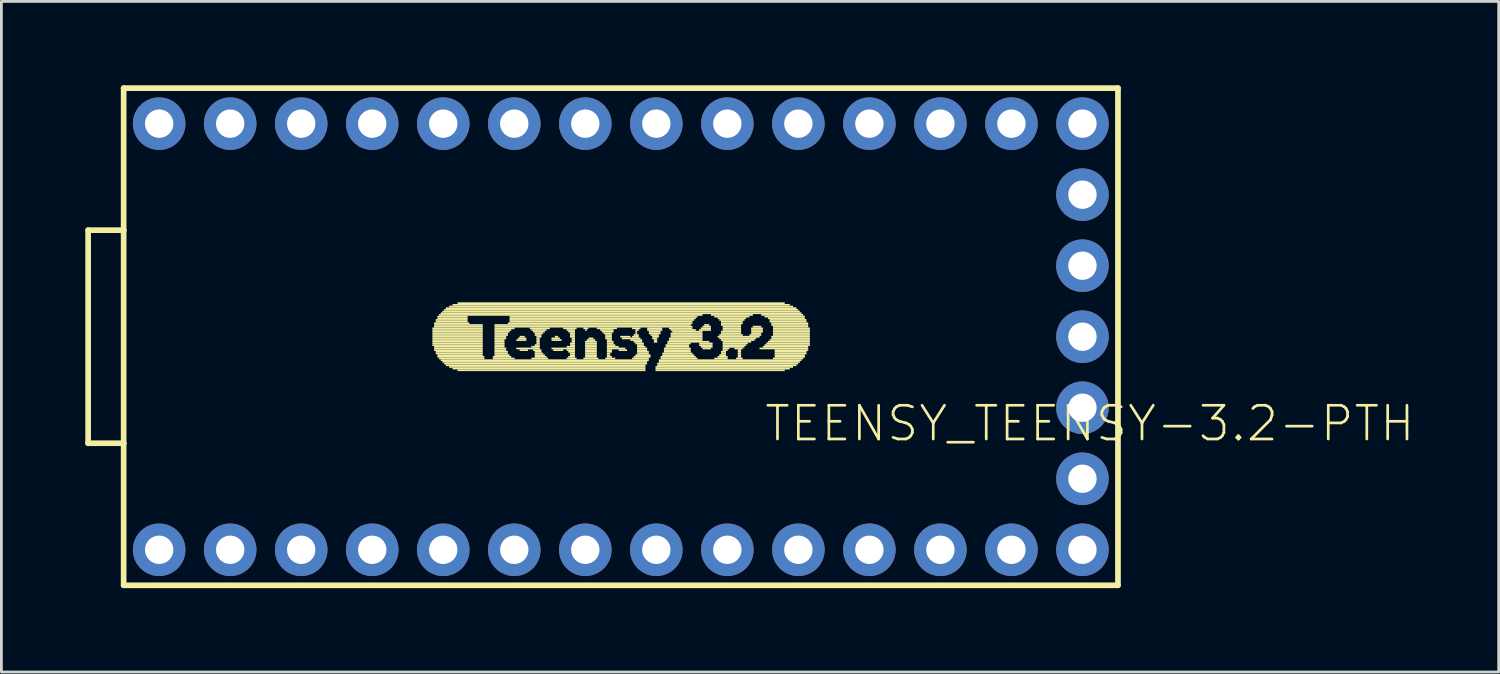
<source format=kicad_pcb>
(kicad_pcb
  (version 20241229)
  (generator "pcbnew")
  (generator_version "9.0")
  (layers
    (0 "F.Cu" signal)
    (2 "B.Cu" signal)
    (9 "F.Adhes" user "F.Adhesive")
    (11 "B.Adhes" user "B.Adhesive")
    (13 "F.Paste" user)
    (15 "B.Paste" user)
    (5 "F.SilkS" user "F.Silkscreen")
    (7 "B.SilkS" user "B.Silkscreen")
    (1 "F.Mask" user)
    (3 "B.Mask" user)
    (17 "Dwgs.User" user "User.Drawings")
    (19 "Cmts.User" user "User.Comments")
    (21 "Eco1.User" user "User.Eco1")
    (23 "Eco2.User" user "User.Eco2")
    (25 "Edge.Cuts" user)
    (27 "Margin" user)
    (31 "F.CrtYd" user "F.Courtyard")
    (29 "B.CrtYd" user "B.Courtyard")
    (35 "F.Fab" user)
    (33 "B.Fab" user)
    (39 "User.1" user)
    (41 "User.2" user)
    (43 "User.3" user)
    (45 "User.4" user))
  (footprint "TEENSY_TEENSY-3.2-PTH"
    (layer "F.Cu")
    (at 19.152 8.992)
    (property "Reference" "TEENSY_TEENSY-3.2-PTH" (at 5.08 3.81 0) (layer "F.SilkS") (effects (font (size 1.206 1.206) (thickness 0.097)) (justify left bottom)))
    (attr through_hole)
    (fp_line (start -19.05 -3.81) (end -19.05 3.81) (stroke (width 0.203) (type solid)) (layer "F.SilkS"))
    (fp_line (start -19.05 -3.81) (end -17.78 -3.81) (stroke (width 0.203) (type solid)) (layer "F.SilkS"))
    (fp_line (start -19.05 3.81) (end -17.78 3.81) (stroke (width 0.203) (type solid)) (layer "F.SilkS"))
    (fp_line (start -17.78 -8.89) (end 17.78 -8.89) (stroke (width 0.203) (type solid)) (layer "F.SilkS"))
    (fp_line (start -17.78 -3.81) (end -17.78 -8.89) (stroke (width 0.203) (type solid)) (layer "F.SilkS"))
    (fp_line (start -17.78 -3.81) (end -17.78 3.81) (stroke (width 0.203) (type solid)) (layer "F.SilkS"))
    (fp_line (start -17.78 8.89) (end -17.78 3.81) (stroke (width 0.203) (type solid)) (layer "F.SilkS"))
    (fp_line (start 17.78 -8.89) (end 17.78 8.89) (stroke (width 0.203) (type solid)) (layer "F.SilkS"))
    (fp_line (start 17.78 8.89) (end -17.78 8.89) (stroke (width 0.203) (type solid)) (layer "F.SilkS"))
    (fp_poly (pts (xy -6.738 -0.27) (xy -4.938 -0.27) (xy -4.938 -0.33) (xy -6.738 -0.33)) (stroke (width 0) (type solid)) (fill yes) (layer "F.SilkS"))
    (fp_poly (pts (xy -6.738 -0.21) (xy -4.938 -0.21) (xy -4.938 -0.27) (xy -6.738 -0.27)) (stroke (width 0) (type solid)) (fill yes) (layer "F.SilkS"))
    (fp_poly (pts (xy -6.738 -0.15) (xy -4.938 -0.15) (xy -4.938 -0.21) (xy -6.738 -0.21)) (stroke (width 0) (type solid)) (fill yes) (layer "F.SilkS"))
    (fp_poly (pts (xy -6.738 -0.09) (xy -4.938 -0.09) (xy -4.938 -0.15) (xy -6.738 -0.15)) (stroke (width 0) (type solid)) (fill yes) (layer "F.SilkS"))
    (fp_poly (pts (xy -6.738 -0.03) (xy -4.938 -0.03) (xy -4.938 -0.09) (xy -6.738 -0.09)) (stroke (width 0) (type solid)) (fill yes) (layer "F.SilkS"))
    (fp_poly (pts (xy -6.738 0.03) (xy -4.938 0.03) (xy -4.938 -0.03) (xy -6.738 -0.03)) (stroke (width 0) (type solid)) (fill yes) (layer "F.SilkS"))
    (fp_poly (pts (xy -6.738 0.09) (xy -4.938 0.09) (xy -4.938 0.03) (xy -6.738 0.03)) (stroke (width 0) (type solid)) (fill yes) (layer "F.SilkS"))
    (fp_poly (pts (xy -6.738 0.15) (xy -4.938 0.15) (xy -4.938 0.09) (xy -6.738 0.09)) (stroke (width 0) (type solid)) (fill yes) (layer "F.SilkS"))
    (fp_poly (pts (xy -6.738 0.21) (xy -4.938 0.21) (xy -4.938 0.15) (xy -6.738 0.15)) (stroke (width 0) (type solid)) (fill yes) (layer "F.SilkS"))
    (fp_poly (pts (xy -6.738 0.27) (xy -4.938 0.27) (xy -4.938 0.21) (xy -6.738 0.21)) (stroke (width 0) (type solid)) (fill yes) (layer "F.SilkS"))
    (fp_poly (pts (xy -6.738 0.33) (xy -4.938 0.33) (xy -4.938 0.27) (xy -6.738 0.27)) (stroke (width 0) (type solid)) (fill yes) (layer "F.SilkS"))
    (fp_poly (pts (xy -6.678 -0.45) (xy -5.418 -0.45) (xy -5.418 -0.51) (xy -6.678 -0.51)) (stroke (width 0) (type solid)) (fill yes) (layer "F.SilkS"))
    (fp_poly (pts (xy -6.678 -0.39) (xy -4.938 -0.39) (xy -4.938 -0.45) (xy -6.678 -0.45)) (stroke (width 0) (type solid)) (fill yes) (layer "F.SilkS"))
    (fp_poly (pts (xy -6.678 -0.33) (xy -4.938 -0.33) (xy -4.938 -0.39) (xy -6.678 -0.39)) (stroke (width 0) (type solid)) (fill yes) (layer "F.SilkS"))
    (fp_poly (pts (xy -6.678 0.39) (xy -4.938 0.39) (xy -4.938 0.33) (xy -6.678 0.33)) (stroke (width 0) (type solid)) (fill yes) (layer "F.SilkS"))
    (fp_poly (pts (xy -6.678 0.45) (xy -4.938 0.45) (xy -4.938 0.39) (xy -6.678 0.39)) (stroke (width 0) (type solid)) (fill yes) (layer "F.SilkS"))
    (fp_poly (pts (xy -6.678 0.51) (xy -4.938 0.51) (xy -4.938 0.45) (xy -6.678 0.45)) (stroke (width 0) (type solid)) (fill yes) (layer "F.SilkS"))
    (fp_poly (pts (xy -6.618 -0.57) (xy -5.478 -0.57) (xy -5.478 -0.63) (xy -6.618 -0.63)) (stroke (width 0) (type solid)) (fill yes) (layer "F.SilkS"))
    (fp_poly (pts (xy -6.618 -0.51) (xy -5.478 -0.51) (xy -5.478 -0.57) (xy -6.618 -0.57)) (stroke (width 0) (type solid)) (fill yes) (layer "F.SilkS"))
    (fp_poly (pts (xy -6.618 0.57) (xy -4.938 0.57) (xy -4.938 0.51) (xy -6.618 0.51)) (stroke (width 0) (type solid)) (fill yes) (layer "F.SilkS"))
    (fp_poly (pts (xy -6.618 0.63) (xy -4.938 0.63) (xy -4.938 0.57) (xy -6.618 0.57)) (stroke (width 0) (type solid)) (fill yes) (layer "F.SilkS"))
    (fp_poly (pts (xy -6.558 -0.69) (xy -5.478 -0.69) (xy -5.478 -0.75) (xy -6.558 -0.75)) (stroke (width 0) (type solid)) (fill yes) (layer "F.SilkS"))
    (fp_poly (pts (xy -6.558 -0.63) (xy -5.478 -0.63) (xy -5.478 -0.69) (xy -6.558 -0.69)) (stroke (width 0) (type solid)) (fill yes) (layer "F.SilkS"))
    (fp_poly (pts (xy -6.558 0.69) (xy -4.938 0.69) (xy -4.938 0.63) (xy -6.558 0.63)) (stroke (width 0) (type solid)) (fill yes) (layer "F.SilkS"))
    (fp_poly (pts (xy -6.558 0.75) (xy -4.878 0.75) (xy -4.878 0.69) (xy -6.558 0.69)) (stroke (width 0) (type solid)) (fill yes) (layer "F.SilkS"))
    (fp_poly (pts (xy -6.498 -0.75) (xy 2.922 -0.75) (xy 2.922 -0.81) (xy -6.498 -0.81)) (stroke (width 0) (type solid)) (fill yes) (layer "F.SilkS"))
    (fp_poly (pts (xy -6.498 0.81) (xy -4.878 0.81) (xy -4.878 0.75) (xy -6.498 0.75)) (stroke (width 0) (type solid)) (fill yes) (layer "F.SilkS"))
    (fp_poly (pts (xy -6.438 -0.81) (xy 6.462 -0.81) (xy 6.462 -0.87) (xy -6.438 -0.87)) (stroke (width 0) (type solid)) (fill yes) (layer "F.SilkS"))
    (fp_poly (pts (xy -6.438 0.87) (xy 1.002 0.87) (xy 1.002 0.81) (xy -6.438 0.81)) (stroke (width 0) (type solid)) (fill yes) (layer "F.SilkS"))
    (fp_poly (pts (xy -6.378 -0.87) (xy 6.402 -0.87) (xy 6.402 -0.93) (xy -6.378 -0.93)) (stroke (width 0) (type solid)) (fill yes) (layer "F.SilkS"))
    (fp_poly (pts (xy -6.378 0.93) (xy 0.942 0.93) (xy 0.942 0.87) (xy -6.378 0.87)) (stroke (width 0) (type solid)) (fill yes) (layer "F.SilkS"))
    (fp_poly (pts (xy -6.318 -0.93) (xy 6.342 -0.93) (xy 6.342 -0.99) (xy -6.318 -0.99)) (stroke (width 0) (type solid)) (fill yes) (layer "F.SilkS"))
    (fp_poly (pts (xy -6.318 0.99) (xy 0.942 0.99) (xy 0.942 0.93) (xy -6.318 0.93)) (stroke (width 0) (type solid)) (fill yes) (layer "F.SilkS"))
    (fp_poly (pts (xy -6.258 -0.99) (xy 6.282 -0.99) (xy 6.282 -1.05) (xy -6.258 -1.05)) (stroke (width 0) (type solid)) (fill yes) (layer "F.SilkS"))
    (fp_poly (pts (xy -6.258 1.05) (xy 0.882 1.05) (xy 0.882 0.99) (xy -6.258 0.99)) (stroke (width 0) (type solid)) (fill yes) (layer "F.SilkS"))
    (fp_poly (pts (xy -6.138 -1.05) (xy 6.162 -1.05) (xy 6.162 -1.11) (xy -6.138 -1.11)) (stroke (width 0) (type solid)) (fill yes) (layer "F.SilkS"))
    (fp_poly (pts (xy -6.138 1.11) (xy 0.882 1.11) (xy 0.882 1.05) (xy -6.138 1.05)) (stroke (width 0) (type solid)) (fill yes) (layer "F.SilkS"))
    (fp_poly (pts (xy -6.018 -1.11) (xy 6.042 -1.11) (xy 6.042 -1.17) (xy -6.018 -1.17)) (stroke (width 0) (type solid)) (fill yes) (layer "F.SilkS"))
    (fp_poly (pts (xy -6.018 1.17) (xy 0.882 1.17) (xy 0.882 1.11) (xy -6.018 1.11)) (stroke (width 0) (type solid)) (fill yes) (layer "F.SilkS"))
    (fp_poly (pts (xy -5.838 -1.17) (xy 5.862 -1.17) (xy 5.862 -1.23) (xy -5.838 -1.23)) (stroke (width 0) (type solid)) (fill yes) (layer "F.SilkS"))
    (fp_poly (pts (xy -5.838 1.23) (xy 0.882 1.23) (xy 0.882 1.17) (xy -5.838 1.17)) (stroke (width 0) (type solid)) (fill yes) (layer "F.SilkS"))
    (fp_poly (pts (xy -4.578 0.75) (xy -3.918 0.75) (xy -3.918 0.69) (xy -4.578 0.69)) (stroke (width 0) (type solid)) (fill yes) (layer "F.SilkS"))
    (fp_poly (pts (xy -4.578 0.81) (xy -3.798 0.81) (xy -3.798 0.75) (xy -4.578 0.75)) (stroke (width 0) (type solid)) (fill yes) (layer "F.SilkS"))
    (fp_poly (pts (xy -4.518 -0.39) (xy 2.502 -0.39) (xy 2.502 -0.45) (xy -4.518 -0.45)) (stroke (width 0) (type solid)) (fill yes) (layer "F.SilkS"))
    (fp_poly (pts (xy -4.518 -0.33) (xy 2.562 -0.33) (xy 2.562 -0.39) (xy -4.518 -0.39)) (stroke (width 0) (type solid)) (fill yes) (layer "F.SilkS"))
    (fp_poly (pts (xy -4.518 -0.27) (xy -3.798 -0.27) (xy -3.798 -0.33) (xy -4.518 -0.33)) (stroke (width 0) (type solid)) (fill yes) (layer "F.SilkS"))
    (fp_poly (pts (xy -4.518 -0.21) (xy -3.918 -0.21) (xy -3.918 -0.27) (xy -4.518 -0.27)) (stroke (width 0) (type solid)) (fill yes) (layer "F.SilkS"))
    (fp_poly (pts (xy -4.518 -0.15) (xy -3.978 -0.15) (xy -3.978 -0.21) (xy -4.518 -0.21)) (stroke (width 0) (type solid)) (fill yes) (layer "F.SilkS"))
    (fp_poly (pts (xy -4.518 -0.09) (xy -4.038 -0.09) (xy -4.038 -0.15) (xy -4.518 -0.15)) (stroke (width 0) (type solid)) (fill yes) (layer "F.SilkS"))
    (fp_poly (pts (xy -4.518 -0.03) (xy -4.038 -0.03) (xy -4.038 -0.09) (xy -4.518 -0.09)) (stroke (width 0) (type solid)) (fill yes) (layer "F.SilkS"))
    (fp_poly (pts (xy -4.518 0.03) (xy -4.098 0.03) (xy -4.098 -0.03) (xy -4.518 -0.03)) (stroke (width 0) (type solid)) (fill yes) (layer "F.SilkS"))
    (fp_poly (pts (xy -4.518 0.09) (xy -4.098 0.09) (xy -4.098 0.03) (xy -4.518 0.03)) (stroke (width 0) (type solid)) (fill yes) (layer "F.SilkS"))
    (fp_poly (pts (xy -4.518 0.15) (xy -4.158 0.15) (xy -4.158 0.09) (xy -4.518 0.09)) (stroke (width 0) (type solid)) (fill yes) (layer "F.SilkS"))
    (fp_poly (pts (xy -4.518 0.21) (xy -4.158 0.21) (xy -4.158 0.15) (xy -4.518 0.15)) (stroke (width 0) (type solid)) (fill yes) (layer "F.SilkS"))
    (fp_poly (pts (xy -4.518 0.27) (xy -4.158 0.27) (xy -4.158 0.21) (xy -4.518 0.21)) (stroke (width 0) (type solid)) (fill yes) (layer "F.SilkS"))
    (fp_poly (pts (xy -4.518 0.33) (xy -4.158 0.33) (xy -4.158 0.27) (xy -4.518 0.27)) (stroke (width 0) (type solid)) (fill yes) (layer "F.SilkS"))
    (fp_poly (pts (xy -4.518 0.39) (xy -4.158 0.39) (xy -4.158 0.33) (xy -4.518 0.33)) (stroke (width 0) (type solid)) (fill yes) (layer "F.SilkS"))
    (fp_poly (pts (xy -4.518 0.45) (xy -4.098 0.45) (xy -4.098 0.39) (xy -4.518 0.39)) (stroke (width 0) (type solid)) (fill yes) (layer "F.SilkS"))
    (fp_poly (pts (xy -4.518 0.51) (xy -4.098 0.51) (xy -4.098 0.45) (xy -4.518 0.45)) (stroke (width 0) (type solid)) (fill yes) (layer "F.SilkS"))
    (fp_poly (pts (xy -4.518 0.57) (xy -4.038 0.57) (xy -4.038 0.51) (xy -4.518 0.51)) (stroke (width 0) (type solid)) (fill yes) (layer "F.SilkS"))
    (fp_poly (pts (xy -4.518 0.63) (xy -4.038 0.63) (xy -4.038 0.57) (xy -4.518 0.57)) (stroke (width 0) (type solid)) (fill yes) (layer "F.SilkS"))
    (fp_poly (pts (xy -4.518 0.69) (xy -3.978 0.69) (xy -3.978 0.63) (xy -4.518 0.63)) (stroke (width 0) (type solid)) (fill yes) (layer "F.SilkS"))
    (fp_poly (pts (xy -4.038 -0.45) (xy 2.562 -0.45) (xy 2.562 -0.51) (xy -4.038 -0.51)) (stroke (width 0) (type solid)) (fill yes) (layer "F.SilkS"))
    (fp_poly (pts (xy -3.978 -0.69) (xy 2.742 -0.69) (xy 2.742 -0.75) (xy -3.978 -0.75)) (stroke (width 0) (type solid)) (fill yes) (layer "F.SilkS"))
    (fp_poly (pts (xy -3.978 -0.63) (xy 2.682 -0.63) (xy 2.682 -0.69) (xy -3.978 -0.69)) (stroke (width 0) (type solid)) (fill yes) (layer "F.SilkS"))
    (fp_poly (pts (xy -3.978 -0.57) (xy 2.622 -0.57) (xy 2.622 -0.63) (xy -3.978 -0.63)) (stroke (width 0) (type solid)) (fill yes) (layer "F.SilkS"))
    (fp_poly (pts (xy -3.978 -0.51) (xy 2.562 -0.51) (xy 2.562 -0.57) (xy -3.978 -0.57)) (stroke (width 0) (type solid)) (fill yes) (layer "F.SilkS"))
    (fp_poly (pts (xy -3.738 0.15) (xy -3.378 0.15) (xy -3.378 0.09) (xy -3.738 0.09)) (stroke (width 0) (type solid)) (fill yes) (layer "F.SilkS"))
    (fp_poly (pts (xy -3.738 0.45) (xy -2.898 0.45) (xy -2.898 0.39) (xy -3.738 0.39)) (stroke (width 0) (type solid)) (fill yes) (layer "F.SilkS"))
    (fp_poly (pts (xy -3.678 0.09) (xy -3.378 0.09) (xy -3.378 0.03) (xy -3.678 0.03)) (stroke (width 0) (type solid)) (fill yes) (layer "F.SilkS"))
    (fp_poly (pts (xy -3.618 0.03) (xy -3.438 0.03) (xy -3.438 -0.03) (xy -3.618 -0.03)) (stroke (width 0) (type solid)) (fill yes) (layer "F.SilkS"))
    (fp_poly (pts (xy -3.618 0.51) (xy -3.318 0.51) (xy -3.318 0.45) (xy -3.618 0.45)) (stroke (width 0) (type solid)) (fill yes) (layer "F.SilkS"))
    (fp_poly (pts (xy -3.258 -0.27) (xy -2.538 -0.27) (xy -2.538 -0.33) (xy -3.258 -0.33)) (stroke (width 0) (type solid)) (fill yes) (layer "F.SilkS"))
    (fp_poly (pts (xy -3.198 -0.21) (xy -2.658 -0.21) (xy -2.658 -0.27) (xy -3.198 -0.27)) (stroke (width 0) (type solid)) (fill yes) (layer "F.SilkS"))
    (fp_poly (pts (xy -3.198 0.39) (xy -2.898 0.39) (xy -2.898 0.33) (xy -3.198 0.33)) (stroke (width 0) (type solid)) (fill yes) (layer "F.SilkS"))
    (fp_poly (pts (xy -3.198 0.81) (xy -2.598 0.81) (xy -2.598 0.75) (xy -3.198 0.75)) (stroke (width 0) (type solid)) (fill yes) (layer "F.SilkS"))
    (fp_poly (pts (xy -3.138 -0.15) (xy -2.718 -0.15) (xy -2.718 -0.21) (xy -3.138 -0.21)) (stroke (width 0) (type solid)) (fill yes) (layer "F.SilkS"))
    (fp_poly (pts (xy -3.138 0.51) (xy -2.838 0.51) (xy -2.838 0.45) (xy -3.138 0.45)) (stroke (width 0) (type solid)) (fill yes) (layer "F.SilkS"))
    (fp_poly (pts (xy -3.078 -0.09) (xy -2.778 -0.09) (xy -2.778 -0.15) (xy -3.078 -0.15)) (stroke (width 0) (type solid)) (fill yes) (layer "F.SilkS"))
    (fp_poly (pts (xy -3.078 -0.03) (xy -2.838 -0.03) (xy -2.838 -0.09) (xy -3.078 -0.09)) (stroke (width 0) (type solid)) (fill yes) (layer "F.SilkS"))
    (fp_poly (pts (xy -3.078 0.33) (xy -2.898 0.33) (xy -2.898 0.27) (xy -3.078 0.27)) (stroke (width 0) (type solid)) (fill yes) (layer "F.SilkS"))
    (fp_poly (pts (xy -3.078 0.57) (xy -2.838 0.57) (xy -2.838 0.51) (xy -3.078 0.51)) (stroke (width 0) (type solid)) (fill yes) (layer "F.SilkS"))
    (fp_poly (pts (xy -3.078 0.63) (xy -2.778 0.63) (xy -2.778 0.57) (xy -3.078 0.57)) (stroke (width 0) (type solid)) (fill yes) (layer "F.SilkS"))
    (fp_poly (pts (xy -3.078 0.69) (xy -2.718 0.69) (xy -2.718 0.63) (xy -3.078 0.63)) (stroke (width 0) (type solid)) (fill yes) (layer "F.SilkS"))
    (fp_poly (pts (xy -3.078 0.75) (xy -2.658 0.75) (xy -2.658 0.69) (xy -3.078 0.69)) (stroke (width 0) (type solid)) (fill yes) (layer "F.SilkS"))
    (fp_poly (pts (xy -3.018 0.03) (xy -2.838 0.03) (xy -2.838 -0.03) (xy -3.018 -0.03)) (stroke (width 0) (type solid)) (fill yes) (layer "F.SilkS"))
    (fp_poly (pts (xy -3.018 0.09) (xy -2.898 0.09) (xy -2.898 0.03) (xy -3.018 0.03)) (stroke (width 0) (type solid)) (fill yes) (layer "F.SilkS"))
    (fp_poly (pts (xy -3.018 0.15) (xy -2.898 0.15) (xy -2.898 0.09) (xy -3.018 0.09)) (stroke (width 0) (type solid)) (fill yes) (layer "F.SilkS"))
    (fp_poly (pts (xy -3.018 0.21) (xy -2.898 0.21) (xy -2.898 0.15) (xy -3.018 0.15)) (stroke (width 0) (type solid)) (fill yes) (layer "F.SilkS"))
    (fp_poly (pts (xy -3.018 0.27) (xy -2.898 0.27) (xy -2.898 0.21) (xy -3.018 0.21)) (stroke (width 0) (type solid)) (fill yes) (layer "F.SilkS"))
    (fp_poly (pts (xy -2.478 0.09) (xy -2.178 0.09) (xy -2.178 0.03) (xy -2.478 0.03)) (stroke (width 0) (type solid)) (fill yes) (layer "F.SilkS"))
    (fp_poly (pts (xy -2.478 0.15) (xy -2.118 0.15) (xy -2.118 0.09) (xy -2.478 0.09)) (stroke (width 0) (type solid)) (fill yes) (layer "F.SilkS"))
    (fp_poly (pts (xy -2.478 0.45) (xy -1.638 0.45) (xy -1.638 0.39) (xy -2.478 0.39)) (stroke (width 0) (type solid)) (fill yes) (layer "F.SilkS"))
    (fp_poly (pts (xy -2.418 0.51) (xy -2.058 0.51) (xy -2.058 0.45) (xy -2.418 0.45)) (stroke (width 0) (type solid)) (fill yes) (layer "F.SilkS"))
    (fp_poly (pts (xy -2.358 0.03) (xy -2.238 0.03) (xy -2.238 -0.03) (xy -2.358 -0.03)) (stroke (width 0) (type solid)) (fill yes) (layer "F.SilkS"))
    (fp_poly (pts (xy -2.058 -0.27) (xy -1.578 -0.27) (xy -1.578 -0.33) (xy -2.058 -0.33)) (stroke (width 0) (type solid)) (fill yes) (layer "F.SilkS"))
    (fp_poly (pts (xy -1.938 -0.21) (xy -1.638 -0.21) (xy -1.638 -0.27) (xy -1.938 -0.27)) (stroke (width 0) (type solid)) (fill yes) (layer "F.SilkS"))
    (fp_poly (pts (xy -1.938 0.39) (xy -1.638 0.39) (xy -1.638 0.33) (xy -1.938 0.33)) (stroke (width 0) (type solid)) (fill yes) (layer "F.SilkS"))
    (fp_poly (pts (xy -1.938 0.51) (xy -1.638 0.51) (xy -1.638 0.45) (xy -1.938 0.45)) (stroke (width 0) (type solid)) (fill yes) (layer "F.SilkS"))
    (fp_poly (pts (xy -1.938 0.81) (xy -1.578 0.81) (xy -1.578 0.75) (xy -1.938 0.75)) (stroke (width 0) (type solid)) (fill yes) (layer "F.SilkS"))
    (fp_poly (pts (xy -1.878 -0.15) (xy -1.638 -0.15) (xy -1.638 -0.21) (xy -1.878 -0.21)) (stroke (width 0) (type solid)) (fill yes) (layer "F.SilkS"))
    (fp_poly (pts (xy -1.878 0.57) (xy -1.638 0.57) (xy -1.638 0.51) (xy -1.878 0.51)) (stroke (width 0) (type solid)) (fill yes) (layer "F.SilkS"))
    (fp_poly (pts (xy -1.878 0.75) (xy -1.638 0.75) (xy -1.638 0.69) (xy -1.878 0.69)) (stroke (width 0) (type solid)) (fill yes) (layer "F.SilkS"))
    (fp_poly (pts (xy -1.818 -0.09) (xy -1.638 -0.09) (xy -1.638 -0.15) (xy -1.818 -0.15)) (stroke (width 0) (type solid)) (fill yes) (layer "F.SilkS"))
    (fp_poly (pts (xy -1.818 -0.03) (xy -1.638 -0.03) (xy -1.638 -0.09) (xy -1.818 -0.09)) (stroke (width 0) (type solid)) (fill yes) (layer "F.SilkS"))
    (fp_poly (pts (xy -1.818 0.03) (xy -1.638 0.03) (xy -1.638 -0.03) (xy -1.818 -0.03)) (stroke (width 0) (type solid)) (fill yes) (layer "F.SilkS"))
    (fp_poly (pts (xy -1.818 0.27) (xy -1.638 0.27) (xy -1.638 0.21) (xy -1.818 0.21)) (stroke (width 0) (type solid)) (fill yes) (layer "F.SilkS"))
    (fp_poly (pts (xy -1.818 0.33) (xy -1.638 0.33) (xy -1.638 0.27) (xy -1.818 0.27)) (stroke (width 0) (type solid)) (fill yes) (layer "F.SilkS"))
    (fp_poly (pts (xy -1.818 0.63) (xy -1.638 0.63) (xy -1.638 0.57) (xy -1.818 0.57)) (stroke (width 0) (type solid)) (fill yes) (layer "F.SilkS"))
    (fp_poly (pts (xy -1.818 0.69) (xy -1.638 0.69) (xy -1.638 0.63) (xy -1.818 0.63)) (stroke (width 0) (type solid)) (fill yes) (layer "F.SilkS"))
    (fp_poly (pts (xy -1.758 0.09) (xy -1.638 0.09) (xy -1.638 0.03) (xy -1.758 0.03)) (stroke (width 0) (type solid)) (fill yes) (layer "F.SilkS"))
    (fp_poly (pts (xy -1.758 0.15) (xy -1.638 0.15) (xy -1.638 0.09) (xy -1.758 0.09)) (stroke (width 0) (type solid)) (fill yes) (layer "F.SilkS"))
    (fp_poly (pts (xy -1.758 0.21) (xy -1.638 0.21) (xy -1.638 0.15) (xy -1.758 0.15)) (stroke (width 0) (type solid)) (fill yes) (layer "F.SilkS"))
    (fp_poly (pts (xy -1.338 -0.27) (xy -1.158 -0.27) (xy -1.158 -0.33) (xy -1.338 -0.33)) (stroke (width 0) (type solid)) (fill yes) (layer "F.SilkS"))
    (fp_poly (pts (xy -1.338 0.81) (xy -0.798 0.81) (xy -0.798 0.75) (xy -1.338 0.75)) (stroke (width 0) (type solid)) (fill yes) (layer "F.SilkS"))
    (fp_poly (pts (xy -1.278 -0.21) (xy -1.218 -0.21) (xy -1.218 -0.27) (xy -1.278 -0.27)) (stroke (width 0) (type solid)) (fill yes) (layer "F.SilkS"))
    (fp_poly (pts (xy -1.278 0.21) (xy -0.858 0.21) (xy -0.858 0.15) (xy -1.278 0.15)) (stroke (width 0) (type solid)) (fill yes) (layer "F.SilkS"))
    (fp_poly (pts (xy -1.278 0.27) (xy -0.858 0.27) (xy -0.858 0.21) (xy -1.278 0.21)) (stroke (width 0) (type solid)) (fill yes) (layer "F.SilkS"))
    (fp_poly (pts (xy -1.278 0.33) (xy -0.858 0.33) (xy -0.858 0.27) (xy -1.278 0.27)) (stroke (width 0) (type solid)) (fill yes) (layer "F.SilkS"))
    (fp_poly (pts (xy -1.278 0.39) (xy -0.858 0.39) (xy -0.858 0.33) (xy -1.278 0.33)) (stroke (width 0) (type solid)) (fill yes) (layer "F.SilkS"))
    (fp_poly (pts (xy -1.278 0.45) (xy -0.858 0.45) (xy -0.858 0.39) (xy -1.278 0.39)) (stroke (width 0) (type solid)) (fill yes) (layer "F.SilkS"))
    (fp_poly (pts (xy -1.278 0.51) (xy -0.858 0.51) (xy -0.858 0.45) (xy -1.278 0.45)) (stroke (width 0) (type solid)) (fill yes) (layer "F.SilkS"))
    (fp_poly (pts (xy -1.278 0.57) (xy -0.858 0.57) (xy -0.858 0.51) (xy -1.278 0.51)) (stroke (width 0) (type solid)) (fill yes) (layer "F.SilkS"))
    (fp_poly (pts (xy -1.278 0.63) (xy -0.858 0.63) (xy -0.858 0.57) (xy -1.278 0.57)) (stroke (width 0) (type solid)) (fill yes) (layer "F.SilkS"))
    (fp_poly (pts (xy -1.278 0.69) (xy -0.858 0.69) (xy -0.858 0.63) (xy -1.278 0.63)) (stroke (width 0) (type solid)) (fill yes) (layer "F.SilkS"))
    (fp_poly (pts (xy -1.278 0.75) (xy -0.858 0.75) (xy -0.858 0.69) (xy -1.278 0.69)) (stroke (width 0) (type solid)) (fill yes) (layer "F.SilkS"))
    (fp_poly (pts (xy -1.218 0.15) (xy -0.918 0.15) (xy -0.918 0.09) (xy -1.218 0.09)) (stroke (width 0) (type solid)) (fill yes) (layer "F.SilkS"))
    (fp_poly (pts (xy -1.158 0.09) (xy -0.978 0.09) (xy -0.978 0.03) (xy -1.158 0.03)) (stroke (width 0) (type solid)) (fill yes) (layer "F.SilkS"))
    (fp_poly (pts (xy -0.858 -0.27) (xy -0.138 -0.27) (xy -0.138 -0.33) (xy -0.858 -0.33)) (stroke (width 0) (type solid)) (fill yes) (layer "F.SilkS"))
    (fp_poly (pts (xy -0.738 -0.21) (xy -0.258 -0.21) (xy -0.258 -0.27) (xy -0.738 -0.27)) (stroke (width 0) (type solid)) (fill yes) (layer "F.SilkS"))
    (fp_poly (pts (xy -0.678 -0.15) (xy -0.258 -0.15) (xy -0.258 -0.21) (xy -0.678 -0.21)) (stroke (width 0) (type solid)) (fill yes) (layer "F.SilkS"))
    (fp_poly (pts (xy -0.618 -0.09) (xy -0.318 -0.09) (xy -0.318 -0.15) (xy -0.618 -0.15)) (stroke (width 0) (type solid)) (fill yes) (layer "F.SilkS"))
    (fp_poly (pts (xy -0.558 -0.03) (xy -0.318 -0.03) (xy -0.318 -0.09) (xy -0.558 -0.09)) (stroke (width 0) (type solid)) (fill yes) (layer "F.SilkS"))
    (fp_poly (pts (xy -0.558 0.03) (xy -0.318 0.03) (xy -0.318 -0.03) (xy -0.558 -0.03)) (stroke (width 0) (type solid)) (fill yes) (layer "F.SilkS"))
    (fp_poly (pts (xy -0.558 0.09) (xy -0.318 0.09) (xy -0.318 0.03) (xy -0.558 0.03)) (stroke (width 0) (type solid)) (fill yes) (layer "F.SilkS"))
    (fp_poly (pts (xy -0.558 0.81) (xy -0.198 0.81) (xy -0.198 0.75) (xy -0.558 0.75)) (stroke (width 0) (type solid)) (fill yes) (layer "F.SilkS"))
    (fp_poly (pts (xy -0.498 0.15) (xy -0.318 0.15) (xy -0.318 0.09) (xy -0.498 0.09)) (stroke (width 0) (type solid)) (fill yes) (layer "F.SilkS"))
    (fp_poly (pts (xy -0.498 0.21) (xy -0.258 0.21) (xy -0.258 0.15) (xy -0.498 0.15)) (stroke (width 0) (type solid)) (fill yes) (layer "F.SilkS"))
    (fp_poly (pts (xy -0.498 0.27) (xy -0.258 0.27) (xy -0.258 0.21) (xy -0.498 0.21)) (stroke (width 0) (type solid)) (fill yes) (layer "F.SilkS"))
    (fp_poly (pts (xy -0.498 0.33) (xy -0.198 0.33) (xy -0.198 0.27) (xy -0.498 0.27)) (stroke (width 0) (type solid)) (fill yes) (layer "F.SilkS"))
    (fp_poly (pts (xy -0.498 0.39) (xy -0.078 0.39) (xy -0.078 0.33) (xy -0.498 0.33)) (stroke (width 0) (type solid)) (fill yes) (layer "F.SilkS"))
    (fp_poly (pts (xy -0.498 0.45) (xy 0.162 0.45) (xy 0.162 0.39) (xy -0.498 0.39)) (stroke (width 0) (type solid)) (fill yes) (layer "F.SilkS"))
    (fp_poly (pts (xy -0.498 0.51) (xy -0.318 0.51) (xy -0.318 0.45) (xy -0.498 0.45)) (stroke (width 0) (type solid)) (fill yes) (layer "F.SilkS"))
    (fp_poly (pts (xy -0.498 0.57) (xy -0.318 0.57) (xy -0.318 0.51) (xy -0.498 0.51)) (stroke (width 0) (type solid)) (fill yes) (layer "F.SilkS"))
    (fp_poly (pts (xy -0.498 0.63) (xy -0.378 0.63) (xy -0.378 0.57) (xy -0.498 0.57)) (stroke (width 0) (type solid)) (fill yes) (layer "F.SilkS"))
    (fp_poly (pts (xy -0.498 0.69) (xy -0.378 0.69) (xy -0.378 0.63) (xy -0.498 0.63)) (stroke (width 0) (type solid)) (fill yes) (layer "F.SilkS"))
    (fp_poly (pts (xy -0.498 0.75) (xy -0.318 0.75) (xy -0.318 0.69) (xy -0.498 0.69)) (stroke (width 0) (type solid)) (fill yes) (layer "F.SilkS"))
    (fp_poly (pts (xy -0.078 0.51) (xy 0.222 0.51) (xy 0.222 0.45) (xy -0.078 0.45)) (stroke (width 0) (type solid)) (fill yes) (layer "F.SilkS"))
    (fp_poly (pts (xy -0.018 0.03) (xy 0.342 0.03) (xy 0.342 -0.03) (xy -0.018 -0.03)) (stroke (width 0) (type solid)) (fill yes) (layer "F.SilkS"))
    (fp_poly (pts (xy 0.042 0.09) (xy 0.702 0.09) (xy 0.702 0.03) (xy 0.042 0.03)) (stroke (width 0) (type solid)) (fill yes) (layer "F.SilkS"))
    (fp_poly (pts (xy 0.342 0.15) (xy 0.762 0.15) (xy 0.762 0.09) (xy 0.342 0.09)) (stroke (width 0) (type solid)) (fill yes) (layer "F.SilkS"))
    (fp_poly (pts (xy 0.402 -0.27) (xy 0.702 -0.27) (xy 0.702 -0.33) (xy 0.402 -0.33)) (stroke (width 0) (type solid)) (fill yes) (layer "F.SilkS"))
    (fp_poly (pts (xy 0.402 0.03) (xy 0.642 0.03) (xy 0.642 -0.03) (xy 0.402 -0.03)) (stroke (width 0) (type solid)) (fill yes) (layer "F.SilkS"))
    (fp_poly (pts (xy 0.402 0.81) (xy 1.002 0.81) (xy 1.002 0.75) (xy 0.402 0.75)) (stroke (width 0) (type solid)) (fill yes) (layer "F.SilkS"))
    (fp_poly (pts (xy 0.462 -0.03) (xy 0.642 -0.03) (xy 0.642 -0.09) (xy 0.462 -0.09)) (stroke (width 0) (type solid)) (fill yes) (layer "F.SilkS"))
    (fp_poly (pts (xy 0.462 0.21) (xy 0.762 0.21) (xy 0.762 0.15) (xy 0.462 0.15)) (stroke (width 0) (type solid)) (fill yes) (layer "F.SilkS"))
    (fp_poly (pts (xy 0.462 0.75) (xy 1.062 0.75) (xy 1.062 0.69) (xy 0.462 0.69)) (stroke (width 0) (type solid)) (fill yes) (layer "F.SilkS"))
    (fp_poly (pts (xy 0.522 -0.21) (xy 0.642 -0.21) (xy 0.642 -0.27) (xy 0.522 -0.27)) (stroke (width 0) (type solid)) (fill yes) (layer "F.SilkS"))
    (fp_poly (pts (xy 0.522 -0.15) (xy 0.582 -0.15) (xy 0.582 -0.21) (xy 0.522 -0.21)) (stroke (width 0) (type solid)) (fill yes) (layer "F.SilkS"))
    (fp_poly (pts (xy 0.522 -0.09) (xy 0.582 -0.09) (xy 0.582 -0.15) (xy 0.522 -0.15)) (stroke (width 0) (type solid)) (fill yes) (layer "F.SilkS"))
    (fp_poly (pts (xy 0.522 0.27) (xy 0.822 0.27) (xy 0.822 0.21) (xy 0.522 0.21)) (stroke (width 0) (type solid)) (fill yes) (layer "F.SilkS"))
    (fp_poly (pts (xy 0.522 0.69) (xy 1.062 0.69) (xy 1.062 0.63) (xy 0.522 0.63)) (stroke (width 0) (type solid)) (fill yes) (layer "F.SilkS"))
    (fp_poly (pts (xy 0.582 0.33) (xy 0.822 0.33) (xy 0.822 0.27) (xy 0.582 0.27)) (stroke (width 0) (type solid)) (fill yes) (layer "F.SilkS"))
    (fp_poly (pts (xy 0.582 0.39) (xy 0.882 0.39) (xy 0.882 0.33) (xy 0.582 0.33)) (stroke (width 0) (type solid)) (fill yes) (layer "F.SilkS"))
    (fp_poly (pts (xy 0.582 0.45) (xy 0.942 0.45) (xy 0.942 0.39) (xy 0.582 0.39)) (stroke (width 0) (type solid)) (fill yes) (layer "F.SilkS"))
    (fp_poly (pts (xy 0.582 0.51) (xy 0.942 0.51) (xy 0.942 0.45) (xy 0.582 0.45)) (stroke (width 0) (type solid)) (fill yes) (layer "F.SilkS"))
    (fp_poly (pts (xy 0.582 0.57) (xy 1.002 0.57) (xy 1.002 0.51) (xy 0.582 0.51)) (stroke (width 0) (type solid)) (fill yes) (layer "F.SilkS"))
    (fp_poly (pts (xy 0.582 0.63) (xy 1.002 0.63) (xy 1.002 0.57) (xy 0.582 0.57)) (stroke (width 0) (type solid)) (fill yes) (layer "F.SilkS"))
    (fp_poly (pts (xy 0.942 -0.27) (xy 1.482 -0.27) (xy 1.482 -0.33) (xy 0.942 -0.33)) (stroke (width 0) (type solid)) (fill yes) (layer "F.SilkS"))
    (fp_poly (pts (xy 0.942 -0.21) (xy 1.482 -0.21) (xy 1.482 -0.27) (xy 0.942 -0.27)) (stroke (width 0) (type solid)) (fill yes) (layer "F.SilkS"))
    (fp_poly (pts (xy 1.002 -0.15) (xy 1.422 -0.15) (xy 1.422 -0.21) (xy 1.002 -0.21)) (stroke (width 0) (type solid)) (fill yes) (layer "F.SilkS"))
    (fp_poly (pts (xy 1.002 -0.09) (xy 1.422 -0.09) (xy 1.422 -0.15) (xy 1.002 -0.15)) (stroke (width 0) (type solid)) (fill yes) (layer "F.SilkS"))
    (fp_poly (pts (xy 1.062 -0.03) (xy 1.362 -0.03) (xy 1.362 -0.09) (xy 1.062 -0.09)) (stroke (width 0) (type solid)) (fill yes) (layer "F.SilkS"))
    (fp_poly (pts (xy 1.122 0.03) (xy 1.362 0.03) (xy 1.362 -0.03) (xy 1.122 -0.03)) (stroke (width 0) (type solid)) (fill yes) (layer "F.SilkS"))
    (fp_poly (pts (xy 1.122 0.09) (xy 1.302 0.09) (xy 1.302 0.03) (xy 1.122 0.03)) (stroke (width 0) (type solid)) (fill yes) (layer "F.SilkS"))
    (fp_poly (pts (xy 1.182 0.15) (xy 1.302 0.15) (xy 1.302 0.09) (xy 1.182 0.09)) (stroke (width 0) (type solid)) (fill yes) (layer "F.SilkS"))
    (fp_poly (pts (xy 1.182 0.21) (xy 1.302 0.21) (xy 1.302 0.15) (xy 1.182 0.15)) (stroke (width 0) (type solid)) (fill yes) (layer "F.SilkS"))
    (fp_poly (pts (xy 1.242 1.11) (xy 6.162 1.11) (xy 6.162 1.05) (xy 1.242 1.05)) (stroke (width 0) (type solid)) (fill yes) (layer "F.SilkS"))
    (fp_poly (pts (xy 1.242 1.17) (xy 6.042 1.17) (xy 6.042 1.11) (xy 1.242 1.11)) (stroke (width 0) (type solid)) (fill yes) (layer "F.SilkS"))
    (fp_poly (pts (xy 1.242 1.23) (xy 5.862 1.23) (xy 5.862 1.17) (xy 1.242 1.17)) (stroke (width 0) (type solid)) (fill yes) (layer "F.SilkS"))
    (fp_poly (pts (xy 1.302 0.99) (xy 6.342 0.99) (xy 6.342 0.93) (xy 1.302 0.93)) (stroke (width 0) (type solid)) (fill yes) (layer "F.SilkS"))
    (fp_poly (pts (xy 1.302 1.05) (xy 6.282 1.05) (xy 6.282 0.99) (xy 1.302 0.99)) (stroke (width 0) (type solid)) (fill yes) (layer "F.SilkS"))
    (fp_poly (pts (xy 1.362 0.87) (xy 6.462 0.87) (xy 6.462 0.81) (xy 1.362 0.81)) (stroke (width 0) (type solid)) (fill yes) (layer "F.SilkS"))
    (fp_poly (pts (xy 1.362 0.93) (xy 6.402 0.93) (xy 6.402 0.87) (xy 1.362 0.87)) (stroke (width 0) (type solid)) (fill yes) (layer "F.SilkS"))
    (fp_poly (pts (xy 1.422 0.75) (xy 2.682 0.75) (xy 2.682 0.69) (xy 1.422 0.69)) (stroke (width 0) (type solid)) (fill yes) (layer "F.SilkS"))
    (fp_poly (pts (xy 1.422 0.81) (xy 2.742 0.81) (xy 2.742 0.75) (xy 1.422 0.75)) (stroke (width 0) (type solid)) (fill yes) (layer "F.SilkS"))
    (fp_poly (pts (xy 1.482 0.63) (xy 2.562 0.63) (xy 2.562 0.57) (xy 1.482 0.57)) (stroke (width 0) (type solid)) (fill yes) (layer "F.SilkS"))
    (fp_poly (pts (xy 1.482 0.69) (xy 2.622 0.69) (xy 2.622 0.63) (xy 1.482 0.63)) (stroke (width 0) (type solid)) (fill yes) (layer "F.SilkS"))
    (fp_poly (pts (xy 1.542 0.45) (xy 2.502 0.45) (xy 2.502 0.39) (xy 1.542 0.39)) (stroke (width 0) (type solid)) (fill yes) (layer "F.SilkS"))
    (fp_poly (pts (xy 1.542 0.51) (xy 2.502 0.51) (xy 2.502 0.45) (xy 1.542 0.45)) (stroke (width 0) (type solid)) (fill yes) (layer "F.SilkS"))
    (fp_poly (pts (xy 1.542 0.57) (xy 2.502 0.57) (xy 2.502 0.51) (xy 1.542 0.51)) (stroke (width 0) (type solid)) (fill yes) (layer "F.SilkS"))
    (fp_poly (pts (xy 1.602 0.33) (xy 2.442 0.33) (xy 2.442 0.27) (xy 1.602 0.27)) (stroke (width 0) (type solid)) (fill yes) (layer "F.SilkS"))
    (fp_poly (pts (xy 1.602 0.39) (xy 2.442 0.39) (xy 2.442 0.33) (xy 1.602 0.33)) (stroke (width 0) (type solid)) (fill yes) (layer "F.SilkS"))
    (fp_poly (pts (xy 1.662 0.21) (xy 3.162 0.21) (xy 3.162 0.15) (xy 1.662 0.15)) (stroke (width 0) (type solid)) (fill yes) (layer "F.SilkS"))
    (fp_poly (pts (xy 1.662 0.27) (xy 2.502 0.27) (xy 2.502 0.21) (xy 1.662 0.21)) (stroke (width 0) (type solid)) (fill yes) (layer "F.SilkS"))
    (fp_poly (pts (xy 1.722 -0.27) (xy 2.562 -0.27) (xy 2.562 -0.33) (xy 1.722 -0.33)) (stroke (width 0) (type solid)) (fill yes) (layer "F.SilkS"))
    (fp_poly (pts (xy 1.722 0.09) (xy 2.922 0.09) (xy 2.922 0.03) (xy 1.722 0.03)) (stroke (width 0) (type solid)) (fill yes) (layer "F.SilkS"))
    (fp_poly (pts (xy 1.722 0.15) (xy 2.922 0.15) (xy 2.922 0.09) (xy 1.722 0.09)) (stroke (width 0) (type solid)) (fill yes) (layer "F.SilkS"))
    (fp_poly (pts (xy 1.782 -0.21) (xy 2.682 -0.21) (xy 2.682 -0.27) (xy 1.782 -0.27)) (stroke (width 0) (type solid)) (fill yes) (layer "F.SilkS"))
    (fp_poly (pts (xy 1.782 -0.09) (xy 2.922 -0.09) (xy 2.922 -0.15) (xy 1.782 -0.15)) (stroke (width 0) (type solid)) (fill yes) (layer "F.SilkS"))
    (fp_poly (pts (xy 1.782 -0.03) (xy 2.922 -0.03) (xy 2.922 -0.09) (xy 1.782 -0.09)) (stroke (width 0) (type solid)) (fill yes) (layer "F.SilkS"))
    (fp_poly (pts (xy 1.782 0.03) (xy 2.922 0.03) (xy 2.922 -0.03) (xy 1.782 -0.03)) (stroke (width 0) (type solid)) (fill yes) (layer "F.SilkS"))
    (fp_poly (pts (xy 1.842 -0.15) (xy 2.922 -0.15) (xy 2.922 -0.21) (xy 1.842 -0.21)) (stroke (width 0) (type solid)) (fill yes) (layer "F.SilkS"))
    (fp_poly (pts (xy 2.802 -0.21) (xy 3.222 -0.21) (xy 3.222 -0.27) (xy 2.802 -0.27)) (stroke (width 0) (type solid)) (fill yes) (layer "F.SilkS"))
    (fp_poly (pts (xy 2.802 0.27) (xy 3.282 0.27) (xy 3.282 0.21) (xy 2.802 0.21)) (stroke (width 0) (type solid)) (fill yes) (layer "F.SilkS"))
    (fp_poly (pts (xy 2.802 0.33) (xy 3.282 0.33) (xy 3.282 0.27) (xy 2.802 0.27)) (stroke (width 0) (type solid)) (fill yes) (layer "F.SilkS"))
    (fp_poly (pts (xy 2.862 -0.27) (xy 3.222 -0.27) (xy 3.222 -0.33) (xy 2.862 -0.33)) (stroke (width 0) (type solid)) (fill yes) (layer "F.SilkS"))
    (fp_poly (pts (xy 2.862 0.39) (xy 3.282 0.39) (xy 3.282 0.33) (xy 2.862 0.33)) (stroke (width 0) (type solid)) (fill yes) (layer "F.SilkS"))
    (fp_poly (pts (xy 2.922 -0.33) (xy 3.222 -0.33) (xy 3.222 -0.39) (xy 2.922 -0.39)) (stroke (width 0) (type solid)) (fill yes) (layer "F.SilkS"))
    (fp_poly (pts (xy 2.922 0.45) (xy 3.222 0.45) (xy 3.222 0.39) (xy 2.922 0.39)) (stroke (width 0) (type solid)) (fill yes) (layer "F.SilkS"))
    (fp_poly (pts (xy 2.982 -0.39) (xy 3.162 -0.39) (xy 3.162 -0.45) (xy 2.982 -0.45)) (stroke (width 0) (type solid)) (fill yes) (layer "F.SilkS"))
    (fp_poly (pts (xy 3.222 -0.75) (xy 4.722 -0.75) (xy 4.722 -0.81) (xy 3.222 -0.81)) (stroke (width 0) (type solid)) (fill yes) (layer "F.SilkS"))
    (fp_poly (pts (xy 3.342 -0.69) (xy 4.602 -0.69) (xy 4.602 -0.75) (xy 3.342 -0.75)) (stroke (width 0) (type solid)) (fill yes) (layer "F.SilkS"))
    (fp_poly (pts (xy 3.342 0.81) (xy 3.822 0.81) (xy 3.822 0.75) (xy 3.342 0.75)) (stroke (width 0) (type solid)) (fill yes) (layer "F.SilkS"))
    (fp_poly (pts (xy 3.462 -0.63) (xy 4.482 -0.63) (xy 4.482 -0.69) (xy 3.462 -0.69)) (stroke (width 0) (type solid)) (fill yes) (layer "F.SilkS"))
    (fp_poly (pts (xy 3.462 0.03) (xy 4.962 0.03) (xy 4.962 -0.03) (xy 3.462 -0.03)) (stroke (width 0) (type solid)) (fill yes) (layer "F.SilkS"))
    (fp_poly (pts (xy 3.462 0.75) (xy 3.822 0.75) (xy 3.822 0.69) (xy 3.462 0.69)) (stroke (width 0) (type solid)) (fill yes) (layer "F.SilkS"))
    (fp_poly (pts (xy 3.522 -0.57) (xy 4.422 -0.57) (xy 4.422 -0.63) (xy 3.522 -0.63)) (stroke (width 0) (type solid)) (fill yes) (layer "F.SilkS"))
    (fp_poly (pts (xy 3.522 -0.03) (xy 4.362 -0.03) (xy 4.362 -0.09) (xy 3.522 -0.09)) (stroke (width 0) (type solid)) (fill yes) (layer "F.SilkS"))
    (fp_poly (pts (xy 3.522 0.09) (xy 4.842 0.09) (xy 4.842 0.03) (xy 3.522 0.03)) (stroke (width 0) (type solid)) (fill yes) (layer "F.SilkS"))
    (fp_poly (pts (xy 3.522 0.69) (xy 3.762 0.69) (xy 3.762 0.63) (xy 3.522 0.63)) (stroke (width 0) (type solid)) (fill yes) (layer "F.SilkS"))
    (fp_poly (pts (xy 3.582 -0.51) (xy 4.362 -0.51) (xy 4.362 -0.57) (xy 3.582 -0.57)) (stroke (width 0) (type solid)) (fill yes) (layer "F.SilkS"))
    (fp_poly (pts (xy 3.582 -0.45) (xy 4.362 -0.45) (xy 4.362 -0.51) (xy 3.582 -0.51)) (stroke (width 0) (type solid)) (fill yes) (layer "F.SilkS"))
    (fp_poly (pts (xy 3.582 -0.39) (xy 4.302 -0.39) (xy 4.302 -0.45) (xy 3.582 -0.45)) (stroke (width 0) (type solid)) (fill yes) (layer "F.SilkS"))
    (fp_poly (pts (xy 3.582 -0.15) (xy 4.302 -0.15) (xy 4.302 -0.21) (xy 3.582 -0.21)) (stroke (width 0) (type solid)) (fill yes) (layer "F.SilkS"))
    (fp_poly (pts (xy 3.582 -0.09) (xy 4.302 -0.09) (xy 4.302 -0.15) (xy 3.582 -0.15)) (stroke (width 0) (type solid)) (fill yes) (layer "F.SilkS"))
    (fp_poly (pts (xy 3.582 0.15) (xy 4.782 0.15) (xy 4.782 0.09) (xy 3.582 0.09)) (stroke (width 0) (type solid)) (fill yes) (layer "F.SilkS"))
    (fp_poly (pts (xy 3.582 0.57) (xy 3.762 0.57) (xy 3.762 0.51) (xy 3.582 0.51)) (stroke (width 0) (type solid)) (fill yes) (layer "F.SilkS"))
    (fp_poly (pts (xy 3.582 0.63) (xy 3.762 0.63) (xy 3.762 0.57) (xy 3.582 0.57)) (stroke (width 0) (type solid)) (fill yes) (layer "F.SilkS"))
    (fp_poly (pts (xy 3.642 -0.33) (xy 4.302 -0.33) (xy 4.302 -0.39) (xy 3.642 -0.39)) (stroke (width 0) (type solid)) (fill yes) (layer "F.SilkS"))
    (fp_poly (pts (xy 3.642 -0.27) (xy 4.302 -0.27) (xy 4.302 -0.33) (xy 3.642 -0.33)) (stroke (width 0) (type solid)) (fill yes) (layer "F.SilkS"))
    (fp_poly (pts (xy 3.642 -0.21) (xy 4.302 -0.21) (xy 4.302 -0.27) (xy 3.642 -0.27)) (stroke (width 0) (type solid)) (fill yes) (layer "F.SilkS"))
    (fp_poly (pts (xy 3.642 0.21) (xy 4.662 0.21) (xy 4.662 0.15) (xy 3.642 0.15)) (stroke (width 0) (type solid)) (fill yes) (layer "F.SilkS"))
    (fp_poly (pts (xy 3.642 0.27) (xy 4.542 0.27) (xy 4.542 0.21) (xy 3.642 0.21)) (stroke (width 0) (type solid)) (fill yes) (layer "F.SilkS"))
    (fp_poly (pts (xy 3.642 0.33) (xy 4.482 0.33) (xy 4.482 0.27) (xy 3.642 0.27)) (stroke (width 0) (type solid)) (fill yes) (layer "F.SilkS"))
    (fp_poly (pts (xy 3.642 0.39) (xy 4.422 0.39) (xy 4.422 0.33) (xy 3.642 0.33)) (stroke (width 0) (type solid)) (fill yes) (layer "F.SilkS"))
    (fp_poly (pts (xy 3.642 0.45) (xy 3.882 0.45) (xy 3.882 0.39) (xy 3.642 0.39)) (stroke (width 0) (type solid)) (fill yes) (layer "F.SilkS"))
    (fp_poly (pts (xy 3.642 0.51) (xy 3.822 0.51) (xy 3.822 0.45) (xy 3.642 0.45)) (stroke (width 0) (type solid)) (fill yes) (layer "F.SilkS"))
    (fp_poly (pts (xy 4.062 0.45) (xy 4.362 0.45) (xy 4.362 0.39) (xy 4.062 0.39)) (stroke (width 0) (type solid)) (fill yes) (layer "F.SilkS"))
    (fp_poly (pts (xy 4.122 0.81) (xy 4.362 0.81) (xy 4.362 0.75) (xy 4.122 0.75)) (stroke (width 0) (type solid)) (fill yes) (layer "F.SilkS"))
    (fp_poly (pts (xy 4.182 0.51) (xy 4.302 0.51) (xy 4.302 0.45) (xy 4.182 0.45)) (stroke (width 0) (type solid)) (fill yes) (layer "F.SilkS"))
    (fp_poly (pts (xy 4.182 0.57) (xy 4.302 0.57) (xy 4.302 0.51) (xy 4.182 0.51)) (stroke (width 0) (type solid)) (fill yes) (layer "F.SilkS"))
    (fp_poly (pts (xy 4.182 0.63) (xy 4.302 0.63) (xy 4.302 0.57) (xy 4.182 0.57)) (stroke (width 0) (type solid)) (fill yes) (layer "F.SilkS"))
    (fp_poly (pts (xy 4.182 0.69) (xy 4.302 0.69) (xy 4.302 0.63) (xy 4.182 0.63)) (stroke (width 0) (type solid)) (fill yes) (layer "F.SilkS"))
    (fp_poly (pts (xy 4.182 0.75) (xy 4.302 0.75) (xy 4.302 0.69) (xy 4.182 0.69)) (stroke (width 0) (type solid)) (fill yes) (layer "F.SilkS"))
    (fp_poly (pts (xy 4.602 -0.03) (xy 5.022 -0.03) (xy 5.022 -0.09) (xy 4.602 -0.09)) (stroke (width 0) (type solid)) (fill yes) (layer "F.SilkS"))
    (fp_poly (pts (xy 4.662 -0.27) (xy 5.082 -0.27) (xy 5.082 -0.33) (xy 4.662 -0.33)) (stroke (width 0) (type solid)) (fill yes) (layer "F.SilkS"))
    (fp_poly (pts (xy 4.662 -0.21) (xy 5.082 -0.21) (xy 5.082 -0.27) (xy 4.662 -0.27)) (stroke (width 0) (type solid)) (fill yes) (layer "F.SilkS"))
    (fp_poly (pts (xy 4.662 -0.15) (xy 5.082 -0.15) (xy 5.082 -0.21) (xy 4.662 -0.21)) (stroke (width 0) (type solid)) (fill yes) (layer "F.SilkS"))
    (fp_poly (pts (xy 4.662 -0.09) (xy 5.022 -0.09) (xy 5.022 -0.15) (xy 4.662 -0.15)) (stroke (width 0) (type solid)) (fill yes) (layer "F.SilkS"))
    (fp_poly (pts (xy 4.722 -0.33) (xy 5.022 -0.33) (xy 5.022 -0.39) (xy 4.722 -0.39)) (stroke (width 0) (type solid)) (fill yes) (layer "F.SilkS"))
    (fp_poly (pts (xy 4.962 0.45) (xy 6.702 0.45) (xy 6.702 0.39) (xy 4.962 0.39)) (stroke (width 0) (type solid)) (fill yes) (layer "F.SilkS"))
    (fp_poly (pts (xy 5.022 -0.75) (xy 6.522 -0.75) (xy 6.522 -0.81) (xy 5.022 -0.81)) (stroke (width 0) (type solid)) (fill yes) (layer "F.SilkS"))
    (fp_poly (pts (xy 5.082 0.39) (xy 6.702 0.39) (xy 6.702 0.33) (xy 5.082 0.33)) (stroke (width 0) (type solid)) (fill yes) (layer "F.SilkS"))
    (fp_poly (pts (xy 5.142 -0.69) (xy 6.582 -0.69) (xy 6.582 -0.75) (xy 5.142 -0.75)) (stroke (width 0) (type solid)) (fill yes) (layer "F.SilkS"))
    (fp_poly (pts (xy 5.142 0.33) (xy 6.762 0.33) (xy 6.762 0.27) (xy 5.142 0.27)) (stroke (width 0) (type solid)) (fill yes) (layer "F.SilkS"))
    (fp_poly (pts (xy 5.202 0.27) (xy 6.762 0.27) (xy 6.762 0.21) (xy 5.202 0.21)) (stroke (width 0) (type solid)) (fill yes) (layer "F.SilkS"))
    (fp_poly (pts (xy 5.262 -0.63) (xy 6.582 -0.63) (xy 6.582 -0.69) (xy 5.262 -0.69)) (stroke (width 0) (type solid)) (fill yes) (layer "F.SilkS"))
    (fp_poly (pts (xy 5.262 0.21) (xy 6.762 0.21) (xy 6.762 0.15) (xy 5.262 0.15)) (stroke (width 0) (type solid)) (fill yes) (layer "F.SilkS"))
    (fp_poly (pts (xy 5.322 -0.57) (xy 6.642 -0.57) (xy 6.642 -0.63) (xy 5.322 -0.63)) (stroke (width 0) (type solid)) (fill yes) (layer "F.SilkS"))
    (fp_poly (pts (xy 5.322 -0.51) (xy 6.642 -0.51) (xy 6.642 -0.57) (xy 5.322 -0.57)) (stroke (width 0) (type solid)) (fill yes) (layer "F.SilkS"))
    (fp_poly (pts (xy 5.322 0.15) (xy 6.762 0.15) (xy 6.762 0.09) (xy 5.322 0.09)) (stroke (width 0) (type solid)) (fill yes) (layer "F.SilkS"))
    (fp_poly (pts (xy 5.382 -0.45) (xy 6.702 -0.45) (xy 6.702 -0.51) (xy 5.382 -0.51)) (stroke (width 0) (type solid)) (fill yes) (layer "F.SilkS"))
    (fp_poly (pts (xy 5.382 -0.39) (xy 6.702 -0.39) (xy 6.702 -0.45) (xy 5.382 -0.45)) (stroke (width 0) (type solid)) (fill yes) (layer "F.SilkS"))
    (fp_poly (pts (xy 5.382 0.03) (xy 6.762 0.03) (xy 6.762 -0.03) (xy 5.382 -0.03)) (stroke (width 0) (type solid)) (fill yes) (layer "F.SilkS"))
    (fp_poly (pts (xy 5.382 0.09) (xy 6.762 0.09) (xy 6.762 0.03) (xy 5.382 0.03)) (stroke (width 0) (type solid)) (fill yes) (layer "F.SilkS"))
    (fp_poly (pts (xy 5.442 -0.33) (xy 6.702 -0.33) (xy 6.702 -0.39) (xy 5.442 -0.39)) (stroke (width 0) (type solid)) (fill yes) (layer "F.SilkS"))
    (fp_poly (pts (xy 5.442 -0.27) (xy 6.762 -0.27) (xy 6.762 -0.33) (xy 5.442 -0.33)) (stroke (width 0) (type solid)) (fill yes) (layer "F.SilkS"))
    (fp_poly (pts (xy 5.442 -0.21) (xy 6.762 -0.21) (xy 6.762 -0.27) (xy 5.442 -0.27)) (stroke (width 0) (type solid)) (fill yes) (layer "F.SilkS"))
    (fp_poly (pts (xy 5.442 -0.15) (xy 6.762 -0.15) (xy 6.762 -0.21) (xy 5.442 -0.21)) (stroke (width 0) (type solid)) (fill yes) (layer "F.SilkS"))
    (fp_poly (pts (xy 5.442 -0.09) (xy 6.762 -0.09) (xy 6.762 -0.15) (xy 5.442 -0.15)) (stroke (width 0) (type solid)) (fill yes) (layer "F.SilkS"))
    (fp_poly (pts (xy 5.442 -0.03) (xy 6.762 -0.03) (xy 6.762 -0.09) (xy 5.442 -0.09)) (stroke (width 0) (type solid)) (fill yes) (layer "F.SilkS"))
    (fp_poly (pts (xy 5.442 0.81) (xy 6.522 0.81) (xy 6.522 0.75) (xy 5.442 0.75)) (stroke (width 0) (type solid)) (fill yes) (layer "F.SilkS"))
    (fp_poly (pts (xy 5.502 0.51) (xy 6.702 0.51) (xy 6.702 0.45) (xy 5.502 0.45)) (stroke (width 0) (type solid)) (fill yes) (layer "F.SilkS"))
    (fp_poly (pts (xy 5.502 0.57) (xy 6.642 0.57) (xy 6.642 0.51) (xy 5.502 0.51)) (stroke (width 0) (type solid)) (fill yes) (layer "F.SilkS"))
    (fp_poly (pts (xy 5.502 0.63) (xy 6.642 0.63) (xy 6.642 0.57) (xy 5.502 0.57)) (stroke (width 0) (type solid)) (fill yes) (layer "F.SilkS"))
    (fp_poly (pts (xy 5.502 0.69) (xy 6.582 0.69) (xy 6.582 0.63) (xy 5.502 0.63)) (stroke (width 0) (type solid)) (fill yes) (layer "F.SilkS"))
    (fp_poly (pts (xy 5.502 0.75) (xy 6.582 0.75) (xy 6.582 0.69) (xy 5.502 0.69)) (stroke (width 0) (type solid)) (fill yes) (layer "F.SilkS"))
    (pad "0" thru_hole circle (at -13.97 7.62 270) (size 1.88 1.88) (drill 1.016) (layers "*.Cu" "*.Mask"))
    (pad "1" thru_hole circle (at -11.43 7.62 270) (size 1.88 1.88) (drill 1.016) (layers "*.Cu" "*.Mask"))
    (pad "2" thru_hole circle (at -8.89 7.62 270) (size 1.88 1.88) (drill 1.016) (layers "*.Cu" "*.Mask"))
    (pad "3" thru_hole circle (at -6.35 7.62 270) (size 1.88 1.88) (drill 1.016) (layers "*.Cu" "*.Mask"))
    (pad "3.3V" thru_hole circle (at 16.51 2.54 270) (size 1.88 1.88) (drill 1.016) (layers "*.Cu" "*.Mask"))
    (pad "3.3V-1" thru_hole circle (at -11.43 -7.62 270) (size 1.88 1.88) (drill 1.016) (layers "*.Cu" "*.Mask"))
    (pad "4" thru_hole circle (at -3.81 7.62 270) (size 1.88 1.88) (drill 1.016) (layers "*.Cu" "*.Mask"))
    (pad "5" thru_hole circle (at -1.27 7.62 270) (size 1.88 1.88) (drill 1.016) (layers "*.Cu" "*.Mask"))
    (pad "6" thru_hole circle (at 1.27 7.62 270) (size 1.88 1.88) (drill 1.016) (layers "*.Cu" "*.Mask"))
    (pad "7" thru_hole circle (at 3.81 7.62 270) (size 1.88 1.88) (drill 1.016) (layers "*.Cu" "*.Mask"))
    (pad "8" thru_hole circle (at 6.35 7.62 270) (size 1.88 1.88) (drill 1.016) (layers "*.Cu" "*.Mask"))
    (pad "9" thru_hole circle (at 8.89 7.62 270) (size 1.88 1.88) (drill 1.016) (layers "*.Cu" "*.Mask"))
    (pad "10" thru_hole circle (at 11.43 7.62 270) (size 1.88 1.88) (drill 1.016) (layers "*.Cu" "*.Mask"))
    (pad "11" thru_hole circle (at 13.97 7.62 270) (size 1.88 1.88) (drill 1.016) (layers "*.Cu" "*.Mask"))
    (pad "12" thru_hole circle (at 16.51 7.62 270) (size 1.88 1.88) (drill 1.016) (layers "*.Cu" "*.Mask"))
    (pad "13" thru_hole circle (at 16.51 -7.62 270) (size 1.88 1.88) (drill 1.016) (layers "*.Cu" "*.Mask"))
    (pad "14" thru_hole circle (at 13.97 -7.62 270) (size 1.88 1.88) (drill 1.016) (layers "*.Cu" "*.Mask"))
    (pad "15" thru_hole circle (at 11.43 -7.62 270) (size 1.88 1.88) (drill 1.016) (layers "*.Cu" "*.Mask"))
    (pad "16" thru_hole circle (at 8.89 -7.62 270) (size 1.88 1.88) (drill 1.016) (layers "*.Cu" "*.Mask"))
    (pad "17" thru_hole circle (at 6.35 -7.62 270) (size 1.88 1.88) (drill 1.016) (layers "*.Cu" "*.Mask"))
    (pad "18" thru_hole circle (at 3.81 -7.62 270) (size 1.88 1.88) (drill 1.016) (layers "*.Cu" "*.Mask"))
    (pad "19" thru_hole circle (at 1.27 -7.62 270) (size 1.88 1.88) (drill 1.016) (layers "*.Cu" "*.Mask"))
    (pad "20" thru_hole circle (at -1.27 -7.62 270) (size 1.88 1.88) (drill 1.016) (layers "*.Cu" "*.Mask"))
    (pad "21" thru_hole circle (at -3.81 -7.62 270) (size 1.88 1.88) (drill 1.016) (layers "*.Cu" "*.Mask"))
    (pad "22" thru_hole circle (at -6.35 -7.62 270) (size 1.88 1.88) (drill 1.016) (layers "*.Cu" "*.Mask"))
    (pad "23" thru_hole circle (at -8.89 -7.62 270) (size 1.88 1.88) (drill 1.016) (layers "*.Cu" "*.Mask"))
    (pad "A14/DAC" thru_hole circle (at 16.51 -5.08 270) (size 1.88 1.88) (drill 1.016) (layers "*.Cu" "*.Mask"))
    (pad "AGND" thru_hole circle (at -13.97 -7.62 270) (size 1.88 1.88) (drill 1.016) (layers "*.Cu" "*.Mask"))
    (pad "GND" thru_hole circle (at 16.51 0 270) (size 1.88 1.88) (drill 1.016) (layers "*.Cu" "*.Mask"))
    (pad "GND1" thru_hole circle (at -16.51 7.62 270) (size 1.88 1.88) (drill 1.016) (layers "*.Cu" "*.Mask"))
    (pad "PROG" thru_hole circle (at 16.51 -2.54 270) (size 1.88 1.88) (drill 1.016) (layers "*.Cu" "*.Mask"))
    (pad "VBAT" thru_hole circle (at 16.51 5.08 270) (size 1.88 1.88) (drill 1.016) (layers "*.Cu" "*.Mask"))
    (pad "VIN" thru_hole circle (at -16.51 -7.62 270) (size 1.88 1.88) (drill 1.016) (layers "*.Cu" "*.Mask")))
  (gr_rect
    (start -3 -3)
    (end 50.548 20.983)
    (stroke (width 0.1) (type default))
    (fill no)
    (layer "Edge.Cuts")))
</source>
